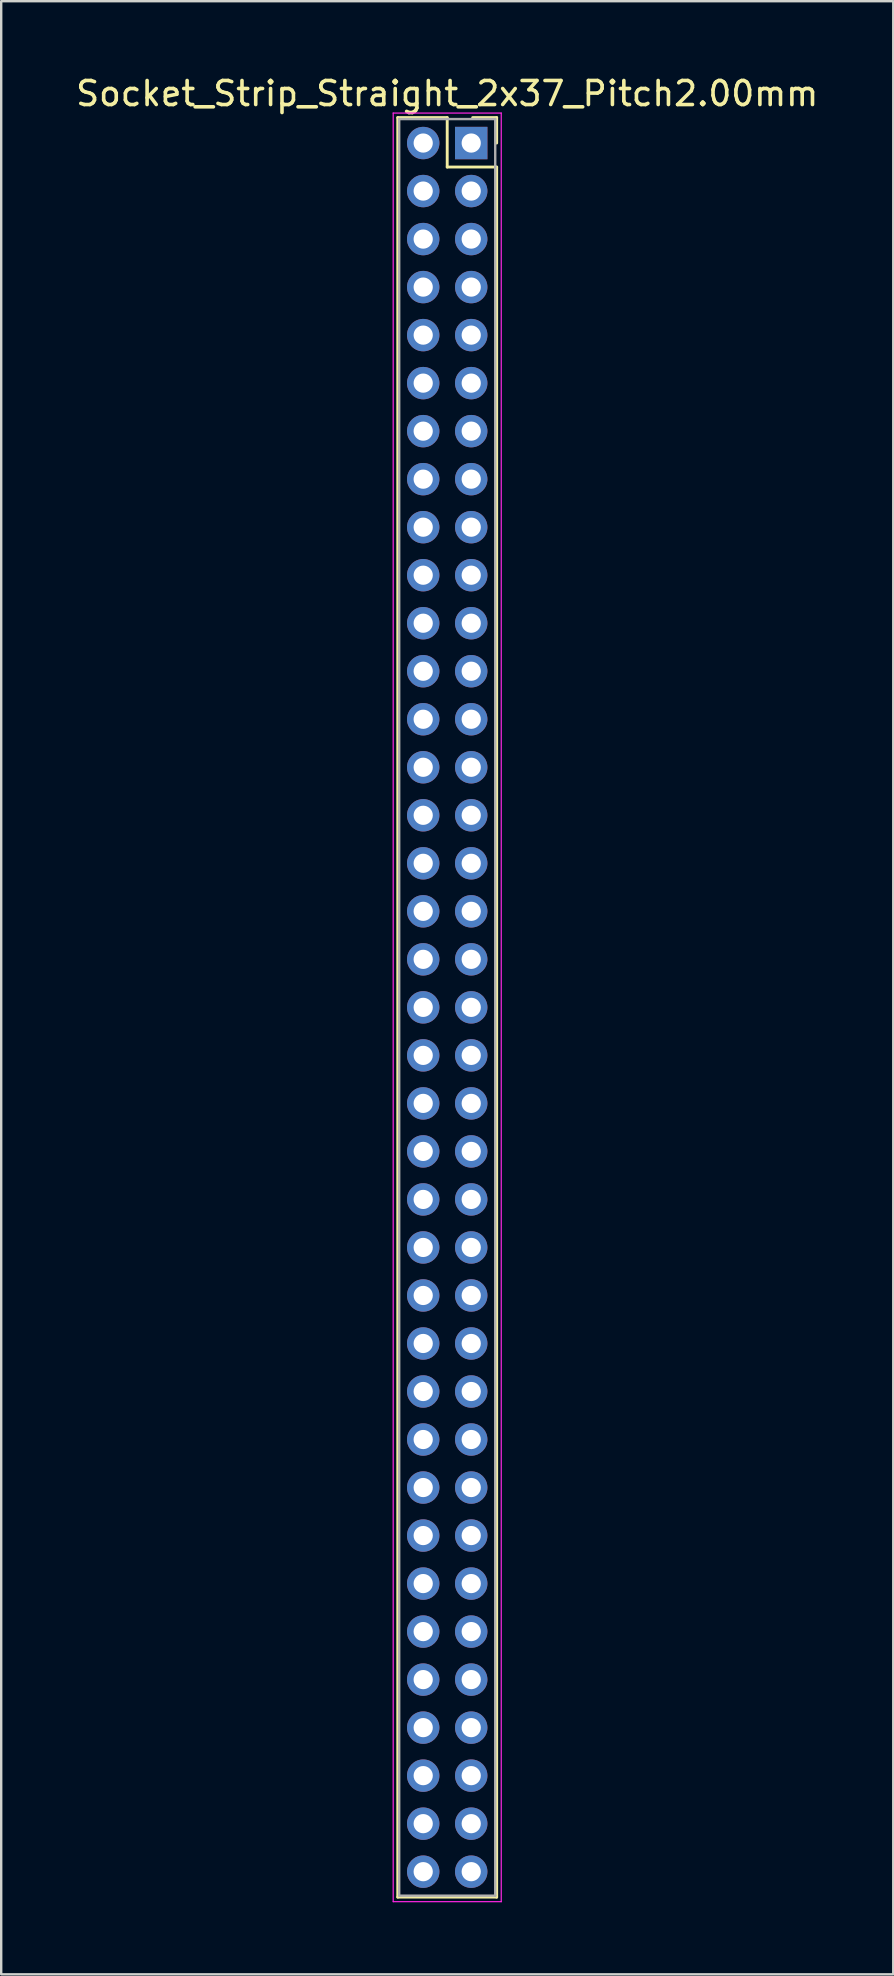
<source format=kicad_pcb>
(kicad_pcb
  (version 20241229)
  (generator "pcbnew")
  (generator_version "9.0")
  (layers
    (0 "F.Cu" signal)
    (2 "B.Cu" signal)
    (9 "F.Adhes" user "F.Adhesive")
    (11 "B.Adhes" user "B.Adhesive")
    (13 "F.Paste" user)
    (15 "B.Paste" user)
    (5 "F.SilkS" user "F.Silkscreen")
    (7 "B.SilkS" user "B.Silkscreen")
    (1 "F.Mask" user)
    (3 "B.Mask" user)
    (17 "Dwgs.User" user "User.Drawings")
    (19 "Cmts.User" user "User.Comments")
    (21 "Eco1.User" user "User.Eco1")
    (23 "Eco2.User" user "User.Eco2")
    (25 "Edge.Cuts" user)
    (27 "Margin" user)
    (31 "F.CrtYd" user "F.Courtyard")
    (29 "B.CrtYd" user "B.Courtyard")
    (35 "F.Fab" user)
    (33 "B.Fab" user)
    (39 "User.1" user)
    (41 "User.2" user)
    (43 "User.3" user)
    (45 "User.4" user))
  (footprint "Socket_Strip_Straight_2x37_Pitch2.00mm"
    (layer "F.Cu")
    (at 16.577 2.908)
    (property "Reference" "Socket_Strip_Straight_2x37_Pitch2.00mm" (at -1 -2.06 0) (layer "F.SilkS") (effects (font (size 1 1) (thickness 0.15))))
    (attr through_hole)
    (fp_line (start -3.06 -1.06) (end -1 -1.06) (stroke (width 0.12) (type solid)) (layer "F.SilkS"))
    (fp_line (start -3.06 73.06) (end -3.06 -1.06) (stroke (width 0.12) (type solid)) (layer "F.SilkS"))
    (fp_line (start -1 -1.06) (end -1 1) (stroke (width 0.12) (type solid)) (layer "F.SilkS"))
    (fp_line (start -1 1) (end 1.06 1) (stroke (width 0.12) (type solid)) (layer "F.SilkS"))
    (fp_line (start 1.06 -1.06) (end 0.06 -1.06) (stroke (width 0.12) (type solid)) (layer "F.SilkS"))
    (fp_line (start 1.06 0) (end 1.06 -1.06) (stroke (width 0.12) (type solid)) (layer "F.SilkS"))
    (fp_line (start 1.06 1) (end 1.06 73.06) (stroke (width 0.12) (type solid)) (layer "F.SilkS"))
    (fp_line (start 1.06 73.06) (end -3.06 73.06) (stroke (width 0.12) (type solid)) (layer "F.SilkS"))
    (fp_line (start -3.25 -1.25) (end -3.25 73.25) (stroke (width 0.05) (type solid)) (layer "F.CrtYd"))
    (fp_line (start -3.25 73.25) (end 1.25 73.25) (stroke (width 0.05) (type solid)) (layer "F.CrtYd"))
    (fp_line (start 1.25 -1.25) (end -3.25 -1.25) (stroke (width 0.05) (type solid)) (layer "F.CrtYd"))
    (fp_line (start 1.25 73.25) (end 1.25 -1.25) (stroke (width 0.05) (type solid)) (layer "F.CrtYd"))
    (fp_line (start -3 -1) (end -3 73) (stroke (width 0.1) (type solid)) (layer "F.Fab"))
    (fp_line (start -3 73) (end 1 73) (stroke (width 0.1) (type solid)) (layer "F.Fab"))
    (fp_line (start 1 -1) (end -3 -1) (stroke (width 0.1) (type solid)) (layer "F.Fab"))
    (fp_line (start 1 73) (end 1 -1) (stroke (width 0.1) (type solid)) (layer "F.Fab"))
    (pad "1" thru_hole rect (at 0 0) (size 1.35 1.35) (drill 0.8) (layers "*.Cu" "*.Mask"))
    (pad "2" thru_hole oval (at -2 0) (size 1.35 1.35) (drill 0.8) (layers "*.Cu" "*.Mask"))
    (pad "3" thru_hole oval (at 0 2) (size 1.35 1.35) (drill 0.8) (layers "*.Cu" "*.Mask"))
    (pad "4" thru_hole oval (at -2 2) (size 1.35 1.35) (drill 0.8) (layers "*.Cu" "*.Mask"))
    (pad "5" thru_hole oval (at 0 4) (size 1.35 1.35) (drill 0.8) (layers "*.Cu" "*.Mask"))
    (pad "6" thru_hole oval (at -2 4) (size 1.35 1.35) (drill 0.8) (layers "*.Cu" "*.Mask"))
    (pad "7" thru_hole oval (at 0 6) (size 1.35 1.35) (drill 0.8) (layers "*.Cu" "*.Mask"))
    (pad "8" thru_hole oval (at -2 6) (size 1.35 1.35) (drill 0.8) (layers "*.Cu" "*.Mask"))
    (pad "9" thru_hole oval (at 0 8) (size 1.35 1.35) (drill 0.8) (layers "*.Cu" "*.Mask"))
    (pad "10" thru_hole oval (at -2 8) (size 1.35 1.35) (drill 0.8) (layers "*.Cu" "*.Mask"))
    (pad "11" thru_hole oval (at 0 10) (size 1.35 1.35) (drill 0.8) (layers "*.Cu" "*.Mask"))
    (pad "12" thru_hole oval (at -2 10) (size 1.35 1.35) (drill 0.8) (layers "*.Cu" "*.Mask"))
    (pad "13" thru_hole oval (at 0 12) (size 1.35 1.35) (drill 0.8) (layers "*.Cu" "*.Mask"))
    (pad "14" thru_hole oval (at -2 12) (size 1.35 1.35) (drill 0.8) (layers "*.Cu" "*.Mask"))
    (pad "15" thru_hole oval (at 0 14) (size 1.35 1.35) (drill 0.8) (layers "*.Cu" "*.Mask"))
    (pad "16" thru_hole oval (at -2 14) (size 1.35 1.35) (drill 0.8) (layers "*.Cu" "*.Mask"))
    (pad "17" thru_hole oval (at 0 16) (size 1.35 1.35) (drill 0.8) (layers "*.Cu" "*.Mask"))
    (pad "18" thru_hole oval (at -2 16) (size 1.35 1.35) (drill 0.8) (layers "*.Cu" "*.Mask"))
    (pad "19" thru_hole oval (at 0 18) (size 1.35 1.35) (drill 0.8) (layers "*.Cu" "*.Mask"))
    (pad "20" thru_hole oval (at -2 18) (size 1.35 1.35) (drill 0.8) (layers "*.Cu" "*.Mask"))
    (pad "21" thru_hole oval (at 0 20) (size 1.35 1.35) (drill 0.8) (layers "*.Cu" "*.Mask"))
    (pad "22" thru_hole oval (at -2 20) (size 1.35 1.35) (drill 0.8) (layers "*.Cu" "*.Mask"))
    (pad "23" thru_hole oval (at 0 22) (size 1.35 1.35) (drill 0.8) (layers "*.Cu" "*.Mask"))
    (pad "24" thru_hole oval (at -2 22) (size 1.35 1.35) (drill 0.8) (layers "*.Cu" "*.Mask"))
    (pad "25" thru_hole oval (at 0 24) (size 1.35 1.35) (drill 0.8) (layers "*.Cu" "*.Mask"))
    (pad "26" thru_hole oval (at -2 24) (size 1.35 1.35) (drill 0.8) (layers "*.Cu" "*.Mask"))
    (pad "27" thru_hole oval (at 0 26) (size 1.35 1.35) (drill 0.8) (layers "*.Cu" "*.Mask"))
    (pad "28" thru_hole oval (at -2 26) (size 1.35 1.35) (drill 0.8) (layers "*.Cu" "*.Mask"))
    (pad "29" thru_hole oval (at 0 28) (size 1.35 1.35) (drill 0.8) (layers "*.Cu" "*.Mask"))
    (pad "30" thru_hole oval (at -2 28) (size 1.35 1.35) (drill 0.8) (layers "*.Cu" "*.Mask"))
    (pad "31" thru_hole oval (at 0 30) (size 1.35 1.35) (drill 0.8) (layers "*.Cu" "*.Mask"))
    (pad "32" thru_hole oval (at -2 30) (size 1.35 1.35) (drill 0.8) (layers "*.Cu" "*.Mask"))
    (pad "33" thru_hole oval (at 0 32) (size 1.35 1.35) (drill 0.8) (layers "*.Cu" "*.Mask"))
    (pad "34" thru_hole oval (at -2 32) (size 1.35 1.35) (drill 0.8) (layers "*.Cu" "*.Mask"))
    (pad "35" thru_hole oval (at 0 34) (size 1.35 1.35) (drill 0.8) (layers "*.Cu" "*.Mask"))
    (pad "36" thru_hole oval (at -2 34) (size 1.35 1.35) (drill 0.8) (layers "*.Cu" "*.Mask"))
    (pad "37" thru_hole oval (at 0 36) (size 1.35 1.35) (drill 0.8) (layers "*.Cu" "*.Mask"))
    (pad "38" thru_hole oval (at -2 36) (size 1.35 1.35) (drill 0.8) (layers "*.Cu" "*.Mask"))
    (pad "39" thru_hole oval (at 0 38) (size 1.35 1.35) (drill 0.8) (layers "*.Cu" "*.Mask"))
    (pad "40" thru_hole oval (at -2 38) (size 1.35 1.35) (drill 0.8) (layers "*.Cu" "*.Mask"))
    (pad "41" thru_hole oval (at 0 40) (size 1.35 1.35) (drill 0.8) (layers "*.Cu" "*.Mask"))
    (pad "42" thru_hole oval (at -2 40) (size 1.35 1.35) (drill 0.8) (layers "*.Cu" "*.Mask"))
    (pad "43" thru_hole oval (at 0 42) (size 1.35 1.35) (drill 0.8) (layers "*.Cu" "*.Mask"))
    (pad "44" thru_hole oval (at -2 42) (size 1.35 1.35) (drill 0.8) (layers "*.Cu" "*.Mask"))
    (pad "45" thru_hole oval (at 0 44) (size 1.35 1.35) (drill 0.8) (layers "*.Cu" "*.Mask"))
    (pad "46" thru_hole oval (at -2 44) (size 1.35 1.35) (drill 0.8) (layers "*.Cu" "*.Mask"))
    (pad "47" thru_hole oval (at 0 46) (size 1.35 1.35) (drill 0.8) (layers "*.Cu" "*.Mask"))
    (pad "48" thru_hole oval (at -2 46) (size 1.35 1.35) (drill 0.8) (layers "*.Cu" "*.Mask"))
    (pad "49" thru_hole oval (at 0 48) (size 1.35 1.35) (drill 0.8) (layers "*.Cu" "*.Mask"))
    (pad "50" thru_hole oval (at -2 48) (size 1.35 1.35) (drill 0.8) (layers "*.Cu" "*.Mask"))
    (pad "51" thru_hole oval (at 0 50) (size 1.35 1.35) (drill 0.8) (layers "*.Cu" "*.Mask"))
    (pad "52" thru_hole oval (at -2 50) (size 1.35 1.35) (drill 0.8) (layers "*.Cu" "*.Mask"))
    (pad "53" thru_hole oval (at 0 52) (size 1.35 1.35) (drill 0.8) (layers "*.Cu" "*.Mask"))
    (pad "54" thru_hole oval (at -2 52) (size 1.35 1.35) (drill 0.8) (layers "*.Cu" "*.Mask"))
    (pad "55" thru_hole oval (at 0 54) (size 1.35 1.35) (drill 0.8) (layers "*.Cu" "*.Mask"))
    (pad "56" thru_hole oval (at -2 54) (size 1.35 1.35) (drill 0.8) (layers "*.Cu" "*.Mask"))
    (pad "57" thru_hole oval (at 0 56) (size 1.35 1.35) (drill 0.8) (layers "*.Cu" "*.Mask"))
    (pad "58" thru_hole oval (at -2 56) (size 1.35 1.35) (drill 0.8) (layers "*.Cu" "*.Mask"))
    (pad "59" thru_hole oval (at 0 58) (size 1.35 1.35) (drill 0.8) (layers "*.Cu" "*.Mask"))
    (pad "60" thru_hole oval (at -2 58) (size 1.35 1.35) (drill 0.8) (layers "*.Cu" "*.Mask"))
    (pad "61" thru_hole oval (at 0 60) (size 1.35 1.35) (drill 0.8) (layers "*.Cu" "*.Mask"))
    (pad "62" thru_hole oval (at -2 60) (size 1.35 1.35) (drill 0.8) (layers "*.Cu" "*.Mask"))
    (pad "63" thru_hole oval (at 0 62) (size 1.35 1.35) (drill 0.8) (layers "*.Cu" "*.Mask"))
    (pad "64" thru_hole oval (at -2 62) (size 1.35 1.35) (drill 0.8) (layers "*.Cu" "*.Mask"))
    (pad "65" thru_hole oval (at 0 64) (size 1.35 1.35) (drill 0.8) (layers "*.Cu" "*.Mask"))
    (pad "66" thru_hole oval (at -2 64) (size 1.35 1.35) (drill 0.8) (layers "*.Cu" "*.Mask"))
    (pad "67" thru_hole oval (at 0 66) (size 1.35 1.35) (drill 0.8) (layers "*.Cu" "*.Mask"))
    (pad "68" thru_hole oval (at -2 66) (size 1.35 1.35) (drill 0.8) (layers "*.Cu" "*.Mask"))
    (pad "69" thru_hole oval (at 0 68) (size 1.35 1.35) (drill 0.8) (layers "*.Cu" "*.Mask"))
    (pad "70" thru_hole oval (at -2 68) (size 1.35 1.35) (drill 0.8) (layers "*.Cu" "*.Mask"))
    (pad "71" thru_hole oval (at 0 70) (size 1.35 1.35) (drill 0.8) (layers "*.Cu" "*.Mask"))
    (pad "72" thru_hole oval (at -2 70) (size 1.35 1.35) (drill 0.8) (layers "*.Cu" "*.Mask"))
    (pad "73" thru_hole oval (at 0 72) (size 1.35 1.35) (drill 0.8) (layers "*.Cu" "*.Mask"))
    (pad "74" thru_hole oval (at -2 72) (size 1.35 1.35) (drill 0.8) (layers "*.Cu" "*.Mask")))
  (gr_rect
    (start -3 -3)
    (end 34.155 79.183)
    (stroke (width 0.1) (type default))
    (fill no)
    (layer "Edge.Cuts")))
</source>
